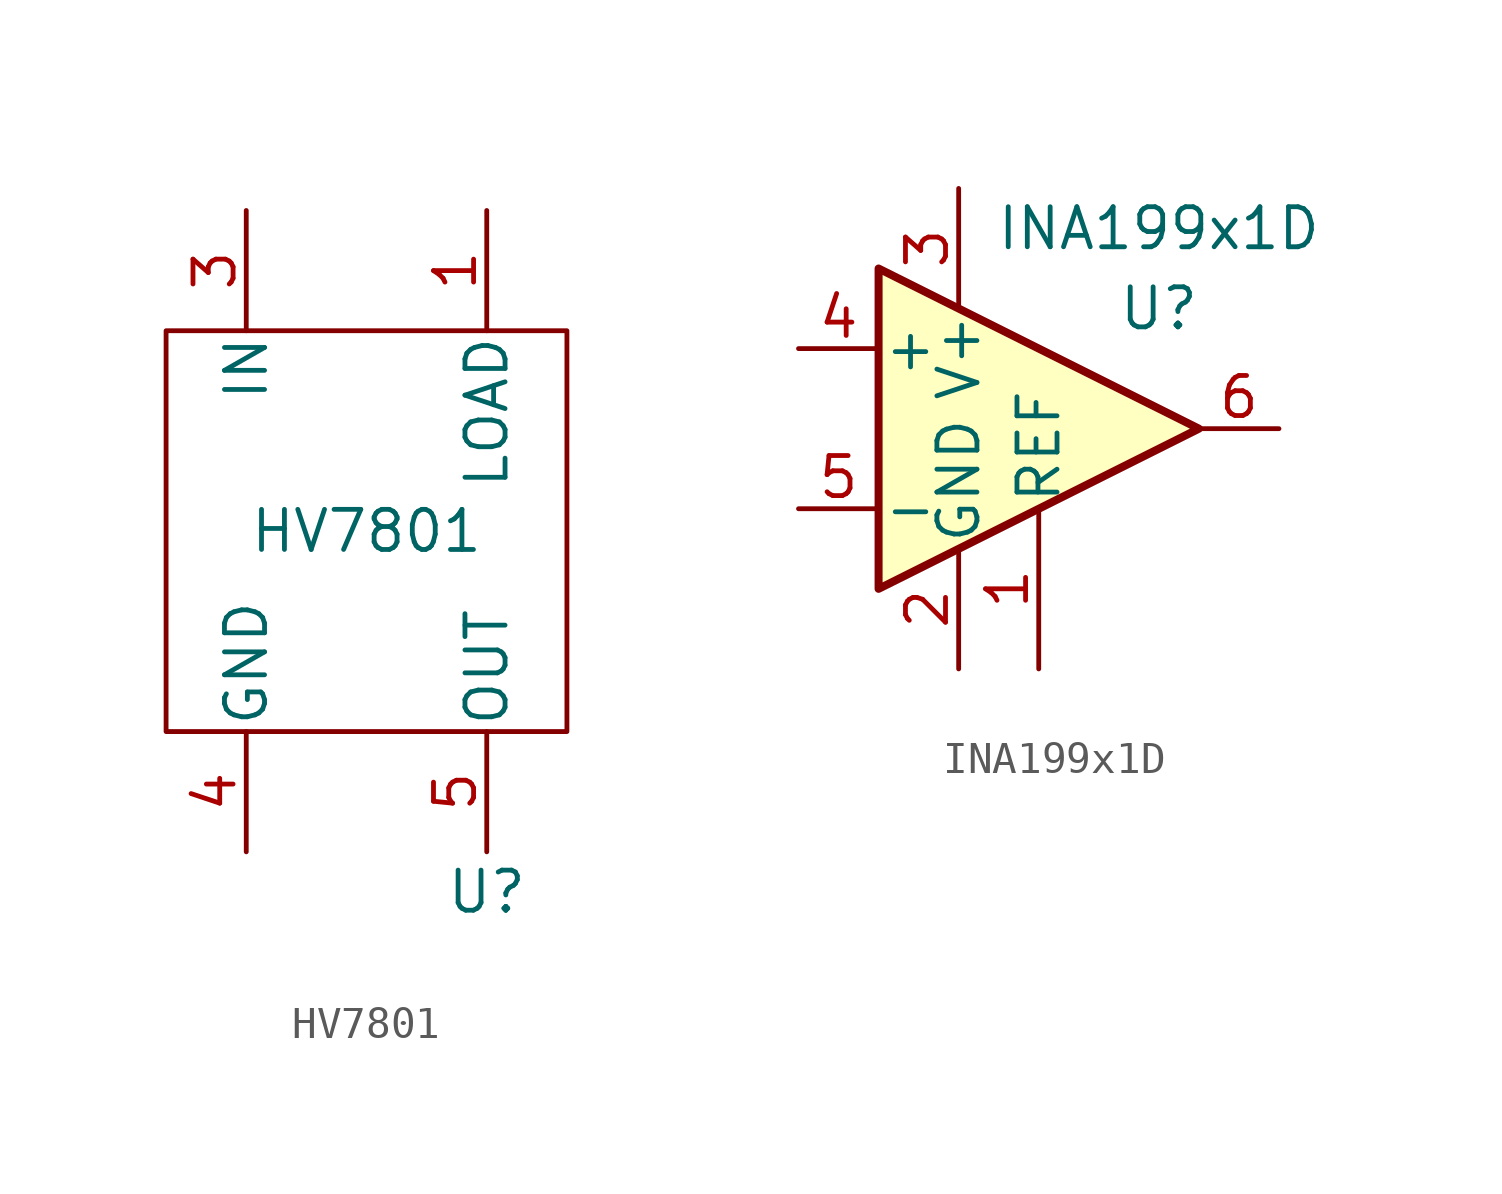
<source format=kicad_sym>
(kicad_symbol_lib
  (version 20211014)
  (generator kicad_symbol_editor)
  (symbol "HV7801"
    (pin_names
      (offset 0.127))
    (property "Reference" "U"
      (at 3.81 -11.43 0)
      (effects (font (size 1.27 1.27))))
    (property "Value" "HV7801"
      (at 0 0 0)
      (effects (font (size 1.27 1.27))))
    (symbol "HV7801_0_1"
      (rectangle (start -6.35 6.35) (end 6.35 -6.35) (stroke (width 0) (type default) (color 0 0 0 0)) (fill (type none))))
    (symbol "HV7801_1_1"
      (pin power_in line (at 3.81 10.16 270) (length 3.81) (name "LOAD" (effects (font (size 1.27 1.27)))) (number "1" (effects (font (size 1.27 1.27)))))
      (pin power_in line (at -3.81 10.16 270) (length 3.81) (name "IN" (effects (font (size 1.27 1.27)))) (number "3" (effects (font (size 1.27 1.27)))))
      (pin power_in line (at -3.81 -10.16 90) (length 3.81) (name "GND" (effects (font (size 1.27 1.27)))) (number "4" (effects (font (size 1.27 1.27)))))
      (pin power_in line (at 3.81 -10.16 90) (length 3.81) (name "OUT" (effects (font (size 1.27 1.27)))) (number "5" (effects (font (size 1.27 1.27)))))))
  (symbol "INA199x1D"
    (pin_names
      (offset 0.127))
    (property "Reference" "U"
      (at 3.81 3.81 0)
      (effects (font (size 1.27 1.27))))
    (property "Value" "INA199x1D"
      (at 3.81 6.35 0)
      (effects (font (size 1.27 1.27))))
    (symbol "INA199x1D_0_1"
      (polyline (pts (xy 5.08 0) (xy -5.08 5.08) (xy -5.08 -5.08) (xy 5.08 0)) (stroke (width 0.254) (type default) (color 0 0 0 0)) (fill (type background))))
    (symbol "INA199x1D_1_1"
      (pin power_in line (at 0 -7.62 90) (length 5.08) (name "REF" (effects (font (size 1.27 1.27)))) (number "1" (effects (font (size 1.27 1.27)))))
      (pin power_in line (at -2.54 -7.62 90) (length 3.81) (name "GND" (effects (font (size 1.27 1.27)))) (number "2" (effects (font (size 1.27 1.27)))))
      (pin power_in line (at -2.54 7.62 270) (length 3.81) (name "V+" (effects (font (size 1.27 1.27)))) (number "3" (effects (font (size 1.27 1.27)))))
      (pin input line (at -7.62 2.54 0) (length 2.54) (name "+" (effects (font (size 1.27 1.27)))) (number "4" (effects (font (size 1.27 1.27)))))
      (pin input line (at -7.62 -2.54 0) (length 2.54) (name "-" (effects (font (size 1.27 1.27)))) (number "5" (effects (font (size 1.27 1.27)))))
      (pin output line (at 7.62 0 180) (length 2.54) (name "~" (effects (font (size 1.27 1.27)))) (number "6" (effects (font (size 1.27 1.27))))))))
</source>
